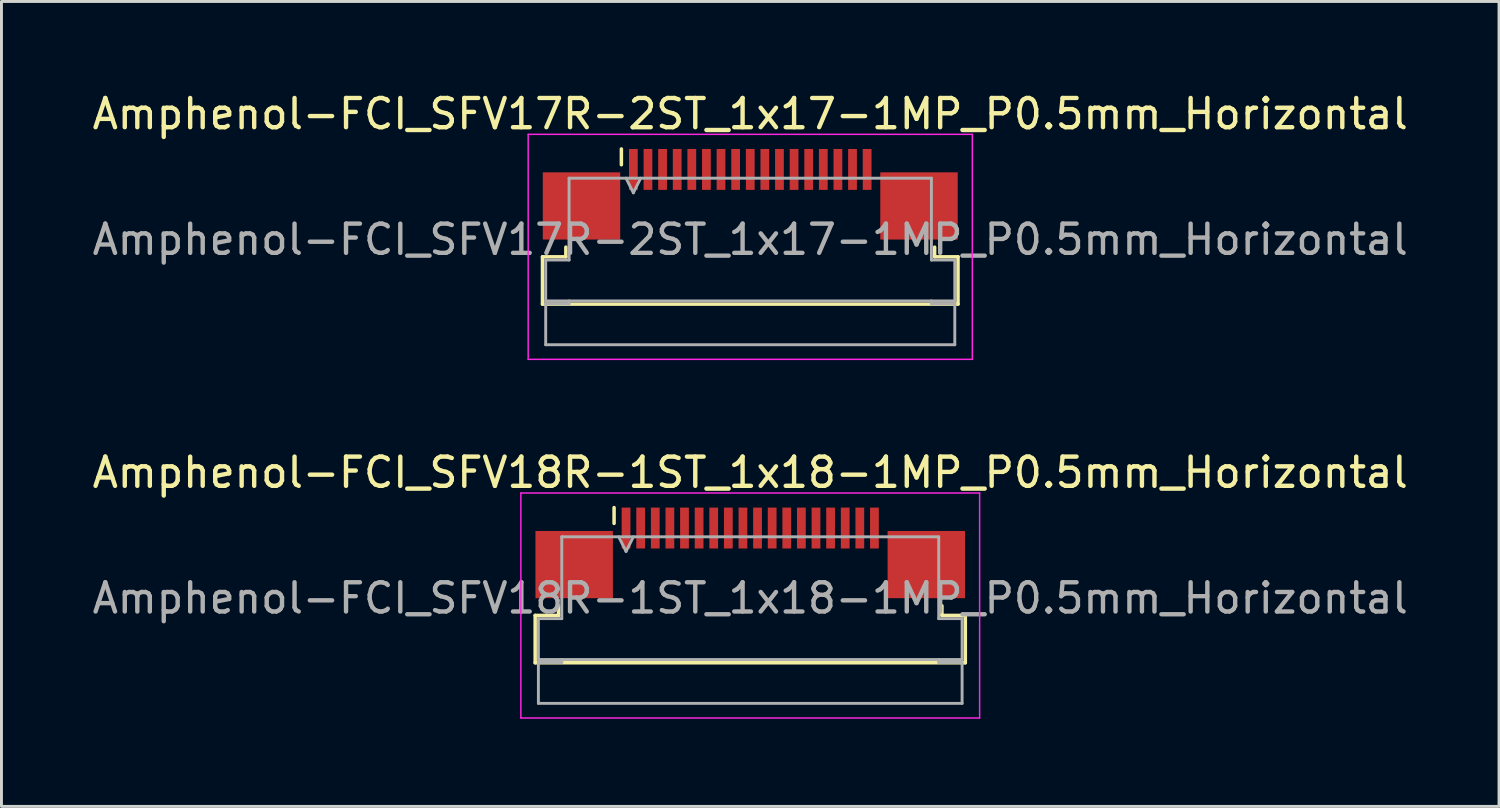
<source format=kicad_pcb>
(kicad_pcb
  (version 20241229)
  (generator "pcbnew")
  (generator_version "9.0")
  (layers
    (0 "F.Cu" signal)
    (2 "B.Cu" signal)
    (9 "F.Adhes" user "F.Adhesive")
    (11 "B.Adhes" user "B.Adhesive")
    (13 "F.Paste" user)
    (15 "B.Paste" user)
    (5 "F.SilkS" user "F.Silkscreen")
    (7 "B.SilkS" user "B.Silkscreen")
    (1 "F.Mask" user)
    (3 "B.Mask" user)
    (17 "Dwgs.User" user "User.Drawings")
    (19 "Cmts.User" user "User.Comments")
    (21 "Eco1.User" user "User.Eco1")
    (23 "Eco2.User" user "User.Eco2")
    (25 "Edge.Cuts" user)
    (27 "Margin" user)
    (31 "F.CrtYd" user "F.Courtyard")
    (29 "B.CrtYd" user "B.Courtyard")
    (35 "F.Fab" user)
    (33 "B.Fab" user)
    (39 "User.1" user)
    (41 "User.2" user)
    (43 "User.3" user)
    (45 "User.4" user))
  (footprint "Amphenol-FCI_SFV17R-2ST_1x17-1MP_P0.5mm_Horizontal"
    (layer "F.Cu")
    (at 22.625 4.748)
    (property "Reference" "Amphenol-FCI_SFV17R-2ST_1x17-1MP_P0.5mm_Horizontal" (at 0 -3.9 0) (layer "F.SilkS") (effects (font (size 1 1) (thickness 0.15))))
    (attr smd)
    (fp_line (start -7.11 0.99) (end -6.31 0.99) (stroke (width 0.12) (type solid)) (layer "F.SilkS"))
    (fp_line (start -7.11 2.61) (end -7.11 0.99) (stroke (width 0.12) (type solid)) (layer "F.SilkS"))
    (fp_line (start -6.31 0.99) (end -6.31 0.66) (stroke (width 0.12) (type solid)) (layer "F.SilkS"))
    (fp_line (start -4.41 -2.16) (end -4.41 -2.7) (stroke (width 0.12) (type solid)) (layer "F.SilkS"))
    (fp_line (start 6.31 0.66) (end 6.31 0.99) (stroke (width 0.12) (type solid)) (layer "F.SilkS"))
    (fp_line (start 6.31 0.99) (end 7.11 0.99) (stroke (width 0.12) (type solid)) (layer "F.SilkS"))
    (fp_line (start 7.11 0.99) (end 7.11 2.61) (stroke (width 0.12) (type solid)) (layer "F.SilkS"))
    (fp_line (start 7.11 2.61) (end -7.11 2.61) (stroke (width 0.12) (type solid)) (layer "F.SilkS"))
    (fp_line (start -7.6 -3.2) (end -7.6 4.5) (stroke (width 0.05) (type solid)) (layer "F.CrtYd"))
    (fp_line (start -7.6 4.5) (end 7.6 4.5) (stroke (width 0.05) (type solid)) (layer "F.CrtYd"))
    (fp_line (start 7.6 -3.2) (end -7.6 -3.2) (stroke (width 0.05) (type solid)) (layer "F.CrtYd"))
    (fp_line (start 7.6 4.5) (end 7.6 -3.2) (stroke (width 0.05) (type solid)) (layer "F.CrtYd"))
    (fp_line (start -7 1.1) (end -6.2 1.1) (stroke (width 0.1) (type solid)) (layer "F.Fab"))
    (fp_line (start -7 2.5) (end -7 1.1) (stroke (width 0.1) (type solid)) (layer "F.Fab"))
    (fp_line (start -7 2.6) (end -6.2 2.6) (stroke (width 0.1) (type solid)) (layer "F.Fab"))
    (fp_line (start -7 4) (end -7 2.6) (stroke (width 0.1) (type solid)) (layer "F.Fab"))
    (fp_line (start -6.2 -1.7) (end 6.2 -1.7) (stroke (width 0.1) (type solid)) (layer "F.Fab"))
    (fp_line (start -6.2 1.1) (end -6.2 -1.7) (stroke (width 0.1) (type solid)) (layer "F.Fab"))
    (fp_line (start -6.2 2.6) (end -6.2 2.5) (stroke (width 0.1) (type solid)) (layer "F.Fab"))
    (fp_line (start -4.25 -1.7) (end -4 -1.2) (stroke (width 0.1) (type solid)) (layer "F.Fab"))
    (fp_line (start -4 -1.2) (end -3.75 -1.7) (stroke (width 0.1) (type solid)) (layer "F.Fab"))
    (fp_line (start 6.2 -1.7) (end 6.2 1.1) (stroke (width 0.1) (type solid)) (layer "F.Fab"))
    (fp_line (start 6.2 1.1) (end 7 1.1) (stroke (width 0.1) (type solid)) (layer "F.Fab"))
    (fp_line (start 6.2 2.5) (end 6.2 2.6) (stroke (width 0.1) (type solid)) (layer "F.Fab"))
    (fp_line (start 6.2 2.6) (end 7 2.6) (stroke (width 0.1) (type solid)) (layer "F.Fab"))
    (fp_line (start 7 1.1) (end 7 2.5) (stroke (width 0.1) (type solid)) (layer "F.Fab"))
    (fp_line (start 7 2.5) (end -7 2.5) (stroke (width 0.1) (type solid)) (layer "F.Fab"))
    (fp_line (start 7 2.6) (end 7 4) (stroke (width 0.1) (type solid)) (layer "F.Fab"))
    (fp_line (start 7 4) (end -7 4) (stroke (width 0.1) (type solid)) (layer "F.Fab"))
    (fp_text user "${REFERENCE}" (at 0 0.4 0) (layer "F.Fab") (effects (font (size 1 1) (thickness 0.15))))
    (pad "1" smd rect (at -4 -2) (size 0.3 1.4) (layers "F.Cu" "F.Mask" "F.Paste"))
    (pad "2" smd rect (at -3.5 -2) (size 0.3 1.4) (layers "F.Cu" "F.Mask" "F.Paste"))
    (pad "3" smd rect (at -3 -2) (size 0.3 1.4) (layers "F.Cu" "F.Mask" "F.Paste"))
    (pad "4" smd rect (at -2.5 -2) (size 0.3 1.4) (layers "F.Cu" "F.Mask" "F.Paste"))
    (pad "5" smd rect (at -2 -2) (size 0.3 1.4) (layers "F.Cu" "F.Mask" "F.Paste"))
    (pad "6" smd rect (at -1.5 -2) (size 0.3 1.4) (layers "F.Cu" "F.Mask" "F.Paste"))
    (pad "7" smd rect (at -1 -2) (size 0.3 1.4) (layers "F.Cu" "F.Mask" "F.Paste"))
    (pad "8" smd rect (at -0.5 -2) (size 0.3 1.4) (layers "F.Cu" "F.Mask" "F.Paste"))
    (pad "9" smd rect (at 0 -2) (size 0.3 1.4) (layers "F.Cu" "F.Mask" "F.Paste"))
    (pad "10" smd rect (at 0.5 -2) (size 0.3 1.4) (layers "F.Cu" "F.Mask" "F.Paste"))
    (pad "11" smd rect (at 1 -2) (size 0.3 1.4) (layers "F.Cu" "F.Mask" "F.Paste"))
    (pad "12" smd rect (at 1.5 -2) (size 0.3 1.4) (layers "F.Cu" "F.Mask" "F.Paste"))
    (pad "13" smd rect (at 2 -2) (size 0.3 1.4) (layers "F.Cu" "F.Mask" "F.Paste"))
    (pad "14" smd rect (at 2.5 -2) (size 0.3 1.4) (layers "F.Cu" "F.Mask" "F.Paste"))
    (pad "15" smd rect (at 3 -2) (size 0.3 1.4) (layers "F.Cu" "F.Mask" "F.Paste"))
    (pad "16" smd rect (at 3.5 -2) (size 0.3 1.4) (layers "F.Cu" "F.Mask" "F.Paste"))
    (pad "17" smd rect (at 4 -2) (size 0.3 1.4) (layers "F.Cu" "F.Mask" "F.Paste"))
    (pad "MP" smd rect (at -5.775 -0.75) (size 2.65 2.3) (layers "F.Cu" "F.Mask" "F.Paste"))
    (pad "MP" smd rect (at 5.775 -0.75) (size 2.65 2.3) (layers "F.Cu" "F.Mask" "F.Paste")))
  (footprint "Amphenol-FCI_SFV18R-1ST_1x18-1MP_P0.5mm_Horizontal"
    (layer "F.Cu")
    (at 22.625 17.021)
    (property "Reference" "Amphenol-FCI_SFV18R-1ST_1x18-1MP_P0.5mm_Horizontal" (at 0 -3.9 0) (layer "F.SilkS") (effects (font (size 1 1) (thickness 0.15))))
    (attr smd)
    (fp_line (start -7.36 0.99) (end -6.56 0.99) (stroke (width 0.12) (type solid)) (layer "F.SilkS"))
    (fp_line (start -7.36 2.61) (end -7.36 0.99) (stroke (width 0.12) (type solid)) (layer "F.SilkS"))
    (fp_line (start -6.56 0.99) (end -6.56 0.66) (stroke (width 0.12) (type solid)) (layer "F.SilkS"))
    (fp_line (start -4.66 -2.16) (end -4.66 -2.7) (stroke (width 0.12) (type solid)) (layer "F.SilkS"))
    (fp_line (start 6.56 0.66) (end 6.56 0.99) (stroke (width 0.12) (type solid)) (layer "F.SilkS"))
    (fp_line (start 6.56 0.99) (end 7.36 0.99) (stroke (width 0.12) (type solid)) (layer "F.SilkS"))
    (fp_line (start 7.36 0.99) (end 7.36 2.61) (stroke (width 0.12) (type solid)) (layer "F.SilkS"))
    (fp_line (start 7.36 2.61) (end -7.36 2.61) (stroke (width 0.12) (type solid)) (layer "F.SilkS"))
    (fp_line (start -7.85 -3.2) (end -7.85 4.5) (stroke (width 0.05) (type solid)) (layer "F.CrtYd"))
    (fp_line (start -7.85 4.5) (end 7.85 4.5) (stroke (width 0.05) (type solid)) (layer "F.CrtYd"))
    (fp_line (start 7.85 -3.2) (end -7.85 -3.2) (stroke (width 0.05) (type solid)) (layer "F.CrtYd"))
    (fp_line (start 7.85 4.5) (end 7.85 -3.2) (stroke (width 0.05) (type solid)) (layer "F.CrtYd"))
    (fp_line (start -7.25 1.1) (end -6.45 1.1) (stroke (width 0.1) (type solid)) (layer "F.Fab"))
    (fp_line (start -7.25 2.5) (end -7.25 1.1) (stroke (width 0.1) (type solid)) (layer "F.Fab"))
    (fp_line (start -7.25 2.6) (end -6.45 2.6) (stroke (width 0.1) (type solid)) (layer "F.Fab"))
    (fp_line (start -7.25 4) (end -7.25 2.6) (stroke (width 0.1) (type solid)) (layer "F.Fab"))
    (fp_line (start -6.45 -1.7) (end 6.45 -1.7) (stroke (width 0.1) (type solid)) (layer "F.Fab"))
    (fp_line (start -6.45 1.1) (end -6.45 -1.7) (stroke (width 0.1) (type solid)) (layer "F.Fab"))
    (fp_line (start -6.45 2.6) (end -6.45 2.5) (stroke (width 0.1) (type solid)) (layer "F.Fab"))
    (fp_line (start -4.5 -1.7) (end -4.25 -1.2) (stroke (width 0.1) (type solid)) (layer "F.Fab"))
    (fp_line (start -4.25 -1.2) (end -4 -1.7) (stroke (width 0.1) (type solid)) (layer "F.Fab"))
    (fp_line (start 6.45 -1.7) (end 6.45 1.1) (stroke (width 0.1) (type solid)) (layer "F.Fab"))
    (fp_line (start 6.45 1.1) (end 7.25 1.1) (stroke (width 0.1) (type solid)) (layer "F.Fab"))
    (fp_line (start 6.45 2.5) (end 6.45 2.6) (stroke (width 0.1) (type solid)) (layer "F.Fab"))
    (fp_line (start 6.45 2.6) (end 7.25 2.6) (stroke (width 0.1) (type solid)) (layer "F.Fab"))
    (fp_line (start 7.25 1.1) (end 7.25 2.5) (stroke (width 0.1) (type solid)) (layer "F.Fab"))
    (fp_line (start 7.25 2.5) (end -7.25 2.5) (stroke (width 0.1) (type solid)) (layer "F.Fab"))
    (fp_line (start 7.25 2.6) (end 7.25 4) (stroke (width 0.1) (type solid)) (layer "F.Fab"))
    (fp_line (start 7.25 4) (end -7.25 4) (stroke (width 0.1) (type solid)) (layer "F.Fab"))
    (fp_text user "${REFERENCE}" (at 0 0.4 0) (layer "F.Fab") (effects (font (size 1 1) (thickness 0.15))))
    (pad "1" smd rect (at -4.25 -2) (size 0.3 1.4) (layers "F.Cu" "F.Mask" "F.Paste"))
    (pad "2" smd rect (at -3.75 -2) (size 0.3 1.4) (layers "F.Cu" "F.Mask" "F.Paste"))
    (pad "3" smd rect (at -3.25 -2) (size 0.3 1.4) (layers "F.Cu" "F.Mask" "F.Paste"))
    (pad "4" smd rect (at -2.75 -2) (size 0.3 1.4) (layers "F.Cu" "F.Mask" "F.Paste"))
    (pad "5" smd rect (at -2.25 -2) (size 0.3 1.4) (layers "F.Cu" "F.Mask" "F.Paste"))
    (pad "6" smd rect (at -1.75 -2) (size 0.3 1.4) (layers "F.Cu" "F.Mask" "F.Paste"))
    (pad "7" smd rect (at -1.25 -2) (size 0.3 1.4) (layers "F.Cu" "F.Mask" "F.Paste"))
    (pad "8" smd rect (at -0.75 -2) (size 0.3 1.4) (layers "F.Cu" "F.Mask" "F.Paste"))
    (pad "9" smd rect (at -0.25 -2) (size 0.3 1.4) (layers "F.Cu" "F.Mask" "F.Paste"))
    (pad "10" smd rect (at 0.25 -2) (size 0.3 1.4) (layers "F.Cu" "F.Mask" "F.Paste"))
    (pad "11" smd rect (at 0.75 -2) (size 0.3 1.4) (layers "F.Cu" "F.Mask" "F.Paste"))
    (pad "12" smd rect (at 1.25 -2) (size 0.3 1.4) (layers "F.Cu" "F.Mask" "F.Paste"))
    (pad "13" smd rect (at 1.75 -2) (size 0.3 1.4) (layers "F.Cu" "F.Mask" "F.Paste"))
    (pad "14" smd rect (at 2.25 -2) (size 0.3 1.4) (layers "F.Cu" "F.Mask" "F.Paste"))
    (pad "15" smd rect (at 2.75 -2) (size 0.3 1.4) (layers "F.Cu" "F.Mask" "F.Paste"))
    (pad "16" smd rect (at 3.25 -2) (size 0.3 1.4) (layers "F.Cu" "F.Mask" "F.Paste"))
    (pad "17" smd rect (at 3.75 -2) (size 0.3 1.4) (layers "F.Cu" "F.Mask" "F.Paste"))
    (pad "18" smd rect (at 4.25 -2) (size 0.3 1.4) (layers "F.Cu" "F.Mask" "F.Paste"))
    (pad "MP" smd rect (at -6.025 -0.75) (size 2.65 2.3) (layers "F.Cu" "F.Mask" "F.Paste"))
    (pad "MP" smd rect (at 6.025 -0.75) (size 2.65 2.3) (layers "F.Cu" "F.Mask" "F.Paste")))
  (gr_rect
    (start -3 -3)
    (end 48.25 24.547)
    (stroke (width 0.1) (type default))
    (fill no)
    (layer "Edge.Cuts")))
</source>
